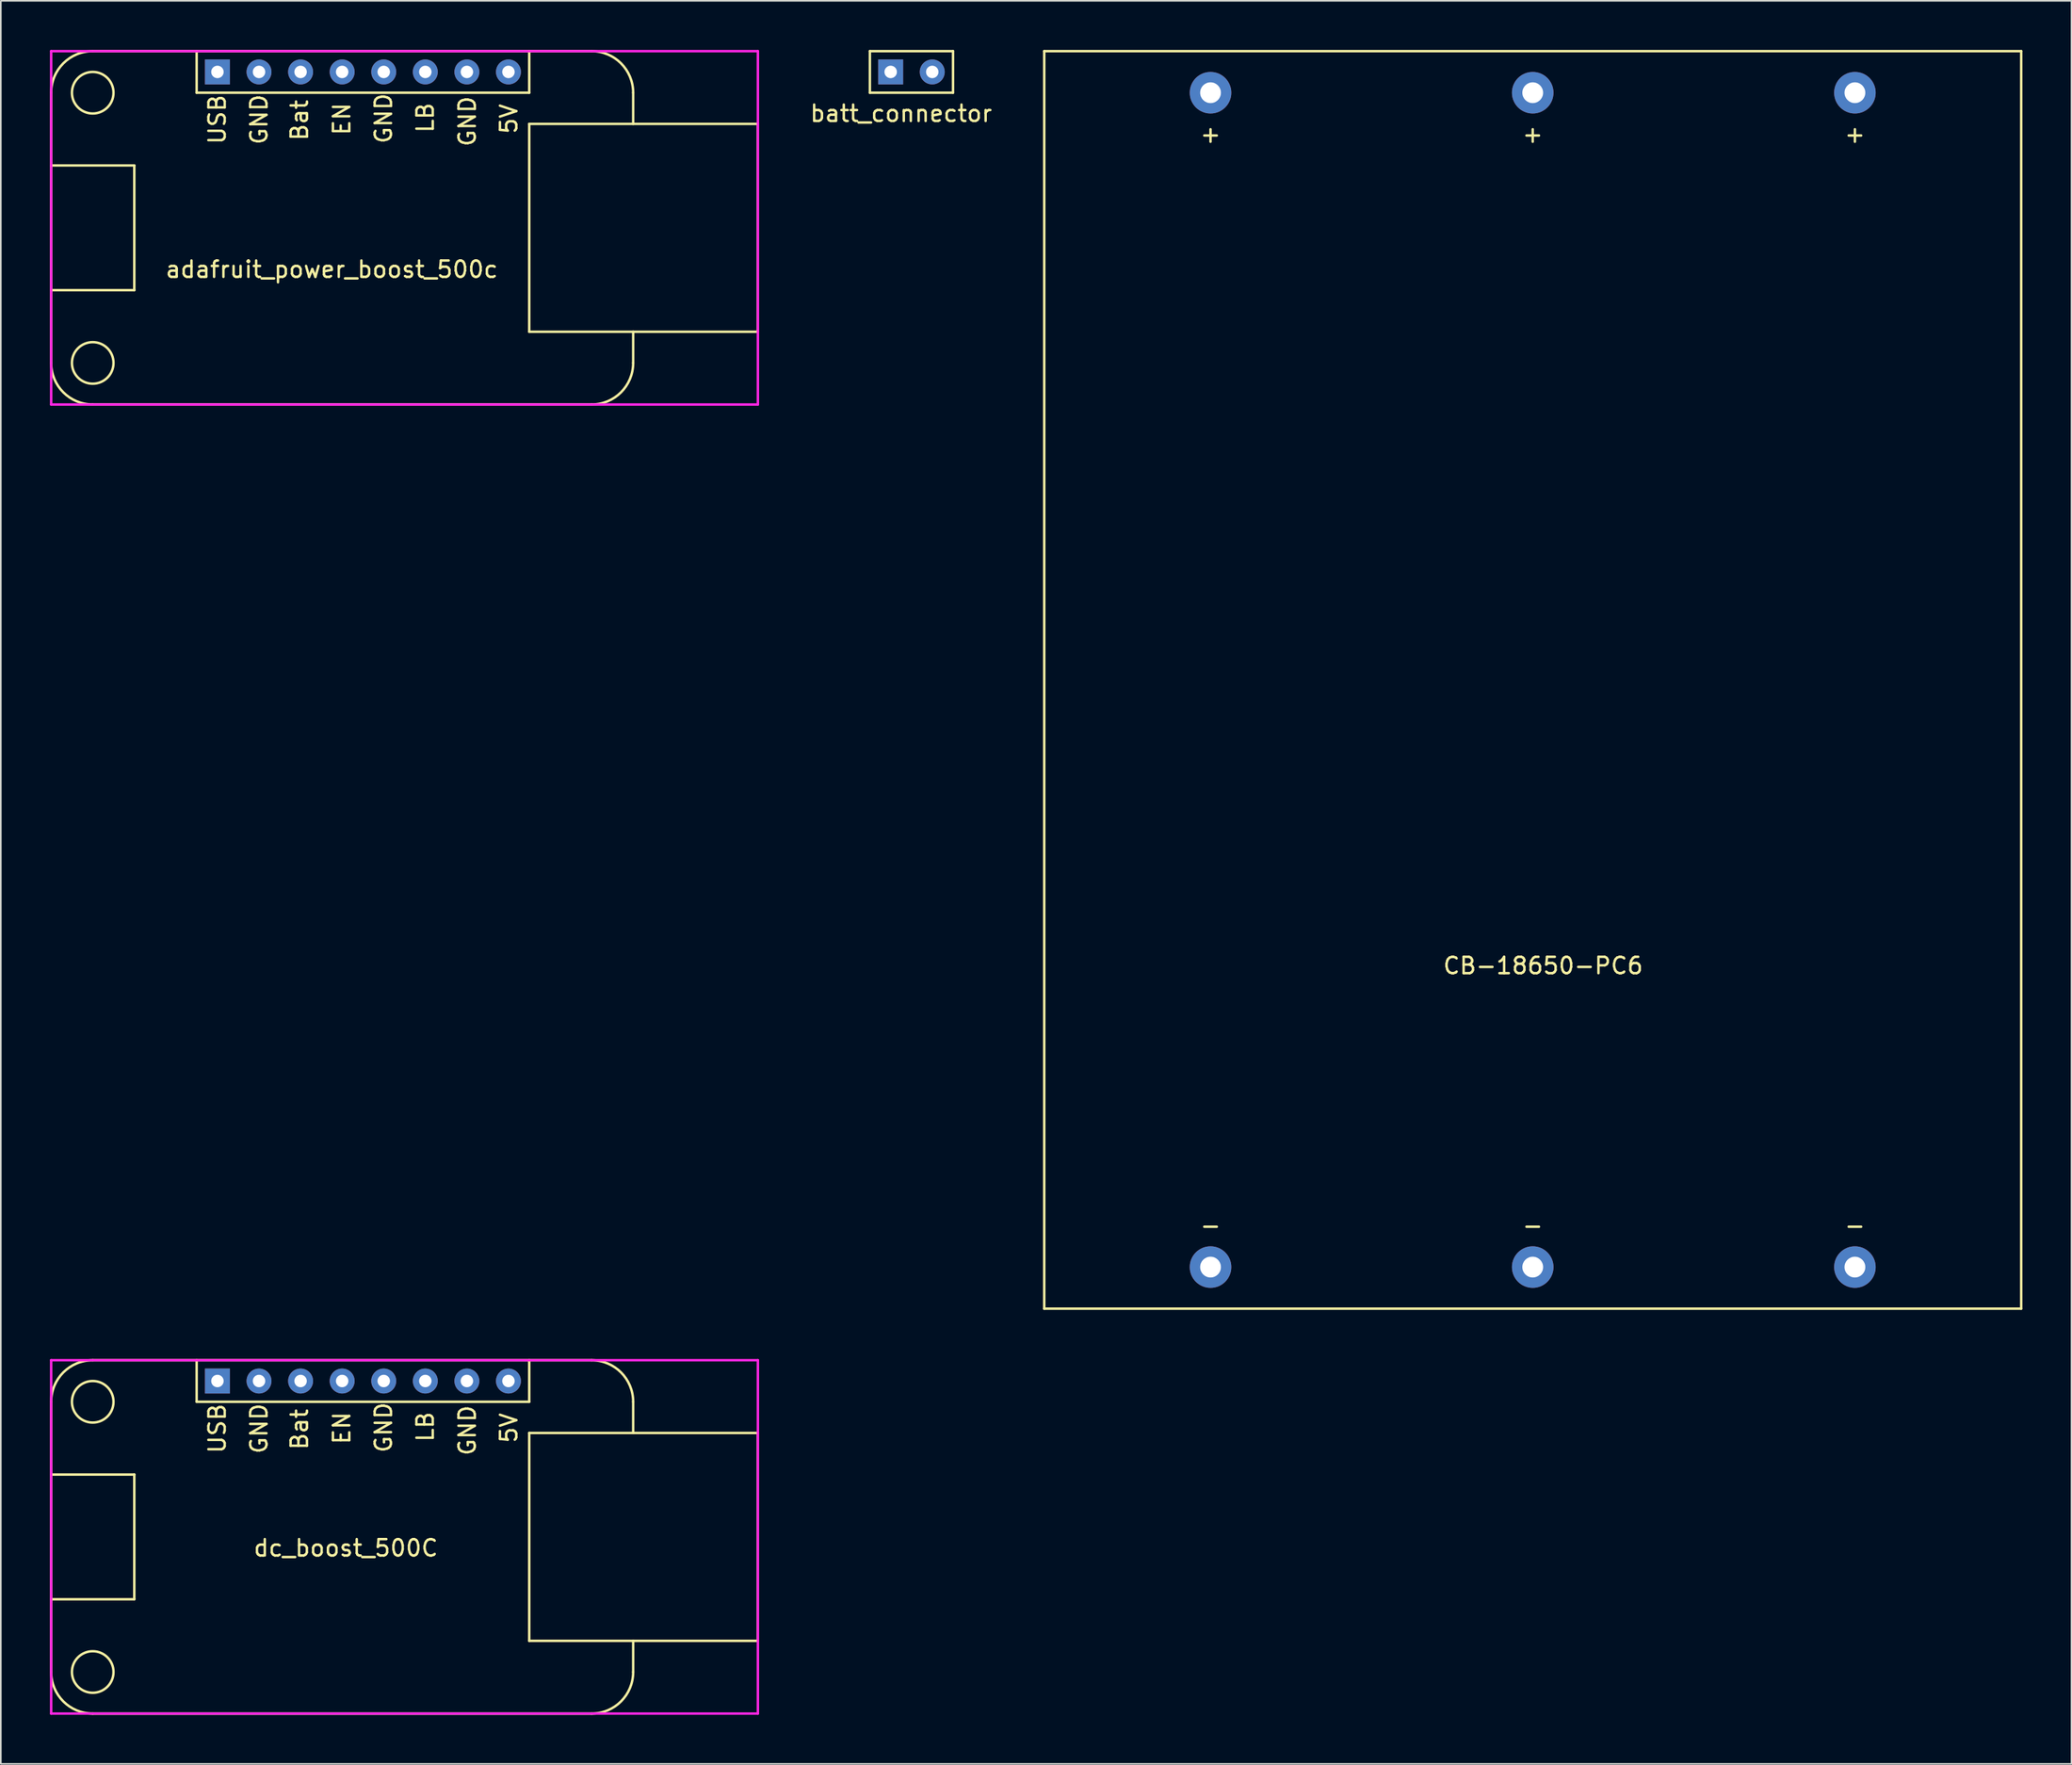
<source format=kicad_pcb>
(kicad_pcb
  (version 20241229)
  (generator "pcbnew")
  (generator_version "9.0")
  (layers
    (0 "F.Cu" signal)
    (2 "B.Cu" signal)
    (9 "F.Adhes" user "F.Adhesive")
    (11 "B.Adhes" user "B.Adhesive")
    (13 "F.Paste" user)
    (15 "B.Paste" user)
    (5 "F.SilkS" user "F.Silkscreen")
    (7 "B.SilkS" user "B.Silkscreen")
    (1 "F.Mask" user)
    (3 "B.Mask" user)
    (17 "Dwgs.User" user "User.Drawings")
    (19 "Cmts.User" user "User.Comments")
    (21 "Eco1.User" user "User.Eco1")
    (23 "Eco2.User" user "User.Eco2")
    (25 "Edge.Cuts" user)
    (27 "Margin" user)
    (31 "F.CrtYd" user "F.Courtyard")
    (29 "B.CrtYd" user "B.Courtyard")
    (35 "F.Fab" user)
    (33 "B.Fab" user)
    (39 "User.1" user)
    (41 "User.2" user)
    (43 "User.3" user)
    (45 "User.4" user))
  (footprint "dc_boost_500C"
    (layer "F.Cu")
    (at 10.235 81.33)
    (property "Reference" "dc_boost_500C" (at 7.844 10.206 0) (layer "F.SilkS") (effects (font (size 1 1) (thickness 0.15))))
    (attr through_hole)
    (fp_line (start -10.16 1.27) (end -10.16 17.78) (stroke (width 0.15) (type solid)) (layer "F.SilkS"))
    (fp_line (start -5.08 5.715) (end -10.16 5.715) (stroke (width 0.15) (type solid)) (layer "F.SilkS"))
    (fp_line (start -5.08 5.715) (end -5.08 13.335) (stroke (width 0.15) (type solid)) (layer "F.SilkS"))
    (fp_line (start -5.08 13.335) (end -10.16 13.335) (stroke (width 0.15) (type solid)) (layer "F.SilkS"))
    (fp_line (start -1.27 -1.27) (end -1.27 1.27) (stroke (width 0.15) (type solid)) (layer "F.SilkS"))
    (fp_line (start -1.27 1.27) (end 19.05 1.27) (stroke (width 0.15) (type solid)) (layer "F.SilkS"))
    (fp_line (start 19.05 1.27) (end 19.05 -1.27) (stroke (width 0.15) (type solid)) (layer "F.SilkS"))
    (fp_line (start 19.05 3.175) (end 33.02 3.175) (stroke (width 0.15) (type solid)) (layer "F.SilkS"))
    (fp_line (start 19.05 15.875) (end 19.05 3.175) (stroke (width 0.15) (type solid)) (layer "F.SilkS"))
    (fp_line (start 22.86 -1.27) (end -7.62 -1.27) (stroke (width 0.15) (type solid)) (layer "F.SilkS"))
    (fp_line (start 22.86 20.32) (end -7.62 20.32) (stroke (width 0.15) (type solid)) (layer "F.SilkS"))
    (fp_line (start 25.4 1.27) (end 25.4 3.175) (stroke (width 0.15) (type solid)) (layer "F.SilkS"))
    (fp_line (start 25.4 15.875) (end 25.4 17.78) (stroke (width 0.15) (type solid)) (layer "F.SilkS"))
    (fp_line (start 33.02 3.175) (end 33.02 15.875) (stroke (width 0.15) (type solid)) (layer "F.SilkS"))
    (fp_line (start 33.02 15.875) (end 19.05 15.875) (stroke (width 0.15) (type solid)) (layer "F.SilkS"))
    (fp_arc (start -10.16 1.27) (mid -9.416051 -0.526051) (end -7.62 -1.27) (stroke (width 0.15) (type solid)) (layer "F.SilkS"))
    (fp_arc (start -7.62 20.32) (mid -9.416051 19.576051) (end -10.16 17.78) (stroke (width 0.15) (type solid)) (layer "F.SilkS"))
    (fp_arc (start 22.86 -1.27) (mid 24.656051 -0.526051) (end 25.4 1.27) (stroke (width 0.15) (type solid)) (layer "F.SilkS"))
    (fp_arc (start 25.4 17.78) (mid 24.656051 19.576051) (end 22.86 20.32) (stroke (width 0.15) (type solid)) (layer "F.SilkS"))
    (fp_circle (center -7.62 1.27) (end -6.35 1.27) (stroke (width 0.15) (type solid)) (fill no) (layer "F.SilkS"))
    (fp_circle (center -7.62 17.78) (end -6.35 17.78) (stroke (width 0.15) (type solid)) (fill no) (layer "F.SilkS"))
    (fp_line (start -10.16 -1.27) (end 33.02 -1.27) (stroke (width 0.15) (type solid)) (layer "F.CrtYd"))
    (fp_line (start -10.16 20.32) (end -10.16 -1.27) (stroke (width 0.15) (type solid)) (layer "F.CrtYd"))
    (fp_line (start 33.02 -1.27) (end 33.02 20.32) (stroke (width 0.15) (type solid)) (layer "F.CrtYd"))
    (fp_line (start 33.02 20.32) (end -10.16 20.32) (stroke (width 0.15) (type solid)) (layer "F.CrtYd"))
    (fp_text user "GND" (at 2.54 2.906 90) (layer "F.SilkS") (effects (font (size 1 1) (thickness 0.15))))
    (fp_text user "GND" (at 15.27 3.018 90) (layer "F.SilkS") (effects (font (size 1 1) (thickness 0.15))))
    (fp_text user "GND" (at 10.15 2.84 90) (layer "F.SilkS") (effects (font (size 1 1) (thickness 0.15))))
    (fp_text user "5V" (at 17.805 2.87 90) (layer "F.SilkS") (effects (font (size 1 1) (thickness 0.15))))
    (fp_text user "Bat" (at 5.014 2.951 90) (layer "F.SilkS") (effects (font (size 1 1) (thickness 0.15))))
    (fp_text user "USB" (at -0.01 2.906 90) (layer "F.SilkS") (effects (font (size 1 1) (thickness 0.15))))
    (fp_text user "EN" (at 7.6 2.875 90) (layer "F.SilkS") (effects (font (size 1 1) (thickness 0.15))))
    (fp_text user "LB" (at 12.7 2.799 90) (layer "F.SilkS") (effects (font (size 1 1) (thickness 0.15))))
    (pad "1" thru_hole rect (at 0 0) (size 1.524 1.524) (drill 0.762) (layers "*.Cu" "*.Mask"))
    (pad "2" thru_hole circle (at 2.54 0) (size 1.524 1.524) (drill 0.762) (layers "*.Cu" "*.Mask"))
    (pad "3" thru_hole circle (at 5.08 0) (size 1.524 1.524) (drill 0.762) (layers "*.Cu" "*.Mask"))
    (pad "4" thru_hole circle (at 7.62 0) (size 1.524 1.524) (drill 0.762) (layers "*.Cu" "*.Mask"))
    (pad "5" thru_hole circle (at 10.16 0) (size 1.524 1.524) (drill 0.762) (layers "*.Cu" "*.Mask"))
    (pad "6" thru_hole circle (at 12.7 0) (size 1.524 1.524) (drill 0.762) (layers "*.Cu" "*.Mask"))
    (pad "7" thru_hole circle (at 15.24 0) (size 1.524 1.524) (drill 0.762) (layers "*.Cu" "*.Mask"))
    (pad "8" thru_hole circle (at 17.78 0) (size 1.524 1.524) (drill 0.762) (layers "*.Cu" "*.Mask")))
  (footprint "CB-18650-PC6"
    (layer "F.Cu")
    (at 70.91 2.615)
    (property "Reference" "CB-18650-PC6" (at 20.32 53.34 0) (layer "F.SilkS") (effects (font (size 1 1) (thickness 0.15))))
    (attr through_hole)
    (fp_line (start -10.16 -2.54) (end 49.53 -2.54) (stroke (width 0.15) (type solid)) (layer "F.SilkS"))
    (fp_line (start -10.16 74.295) (end -10.16 -2.54) (stroke (width 0.15) (type solid)) (layer "F.SilkS"))
    (fp_line (start 49.53 -2.54) (end 49.53 74.295) (stroke (width 0.15) (type solid)) (layer "F.SilkS"))
    (fp_line (start 49.53 74.295) (end -10.16 74.295) (stroke (width 0.15) (type solid)) (layer "F.SilkS"))
    (fp_text user "-" (at 19.685 69.215 0) (layer "F.SilkS") (effects (font (size 1 1) (thickness 0.15))))
    (fp_text user "+" (at 0 2.54 0) (layer "F.SilkS") (effects (font (size 1 1) (thickness 0.15))))
    (fp_text user "+" (at 19.685 2.54 0) (layer "F.SilkS") (effects (font (size 1 1) (thickness 0.15))))
    (fp_text user "+" (at 39.37 2.54 0) (layer "F.SilkS") (effects (font (size 1 1) (thickness 0.15))))
    (fp_text user "-" (at 39.37 69.215 0) (layer "F.SilkS") (effects (font (size 1 1) (thickness 0.15))))
    (fp_text user "-" (at 0 69.215 0) (layer "F.SilkS") (effects (font (size 1 1) (thickness 0.15))))
    (pad "1" thru_hole circle (at 0 0) (size 2.54 2.54) (drill 1.27) (layers "*.Cu" "*.Mask"))
    (pad "2" thru_hole circle (at 19.685 0) (size 2.54 2.54) (drill 1.27) (layers "*.Cu" "*.Mask"))
    (pad "3" thru_hole circle (at 39.37 0) (size 2.54 2.54) (drill 1.27) (layers "*.Cu" "*.Mask"))
    (pad "4" thru_hole circle (at 0 71.755) (size 2.54 2.54) (drill 1.27) (layers "*.Cu" "*.Mask"))
    (pad "5" thru_hole circle (at 19.685 71.755) (size 2.54 2.54) (drill 1.27) (layers "*.Cu" "*.Mask"))
    (pad "6" thru_hole circle (at 39.37 71.755) (size 2.54 2.54) (drill 1.27) (layers "*.Cu" "*.Mask")))
  (footprint "adafruit_power_boost_500c"
    (layer "F.Cu")
    (at 10.235 1.345)
    (property "Reference" "adafruit_power_boost_500c" (at 6.985 12.065 0) (layer "F.SilkS") (effects (font (size 1 1) (thickness 0.15))))
    (attr through_hole)
    (fp_line (start -10.16 1.27) (end -10.16 17.78) (stroke (width 0.15) (type solid)) (layer "F.SilkS"))
    (fp_line (start -5.08 5.715) (end -10.16 5.715) (stroke (width 0.15) (type solid)) (layer "F.SilkS"))
    (fp_line (start -5.08 5.715) (end -5.08 13.335) (stroke (width 0.15) (type solid)) (layer "F.SilkS"))
    (fp_line (start -5.08 13.335) (end -10.16 13.335) (stroke (width 0.15) (type solid)) (layer "F.SilkS"))
    (fp_line (start -1.27 -1.27) (end -1.27 1.27) (stroke (width 0.15) (type solid)) (layer "F.SilkS"))
    (fp_line (start -1.27 1.27) (end 19.05 1.27) (stroke (width 0.15) (type solid)) (layer "F.SilkS"))
    (fp_line (start 19.05 1.27) (end 19.05 -1.27) (stroke (width 0.15) (type solid)) (layer "F.SilkS"))
    (fp_line (start 19.05 3.175) (end 33.02 3.175) (stroke (width 0.15) (type solid)) (layer "F.SilkS"))
    (fp_line (start 19.05 15.875) (end 19.05 3.175) (stroke (width 0.15) (type solid)) (layer "F.SilkS"))
    (fp_line (start 22.86 -1.27) (end -7.62 -1.27) (stroke (width 0.15) (type solid)) (layer "F.SilkS"))
    (fp_line (start 22.86 20.32) (end -7.62 20.32) (stroke (width 0.15) (type solid)) (layer "F.SilkS"))
    (fp_line (start 25.4 1.27) (end 25.4 3.175) (stroke (width 0.15) (type solid)) (layer "F.SilkS"))
    (fp_line (start 25.4 15.875) (end 25.4 17.78) (stroke (width 0.15) (type solid)) (layer "F.SilkS"))
    (fp_line (start 33.02 3.175) (end 33.02 15.875) (stroke (width 0.15) (type solid)) (layer "F.SilkS"))
    (fp_line (start 33.02 15.875) (end 19.05 15.875) (stroke (width 0.15) (type solid)) (layer "F.SilkS"))
    (fp_arc (start -10.16 1.27) (mid -9.416051 -0.526051) (end -7.62 -1.27) (stroke (width 0.15) (type solid)) (layer "F.SilkS"))
    (fp_arc (start -7.62 20.32) (mid -9.416051 19.576051) (end -10.16 17.78) (stroke (width 0.15) (type solid)) (layer "F.SilkS"))
    (fp_arc (start 22.86 -1.27) (mid 24.656051 -0.526051) (end 25.4 1.27) (stroke (width 0.15) (type solid)) (layer "F.SilkS"))
    (fp_arc (start 25.4 17.78) (mid 24.656051 19.576051) (end 22.86 20.32) (stroke (width 0.15) (type solid)) (layer "F.SilkS"))
    (fp_circle (center -7.62 1.27) (end -6.35 1.27) (stroke (width 0.15) (type solid)) (fill no) (layer "F.SilkS"))
    (fp_circle (center -7.62 17.78) (end -6.35 17.78) (stroke (width 0.15) (type solid)) (fill no) (layer "F.SilkS"))
    (fp_line (start -10.16 -1.27) (end 33.02 -1.27) (stroke (width 0.15) (type solid)) (layer "F.CrtYd"))
    (fp_line (start -10.16 20.32) (end -10.16 -1.27) (stroke (width 0.15) (type solid)) (layer "F.CrtYd"))
    (fp_line (start 33.02 -1.27) (end 33.02 20.32) (stroke (width 0.15) (type solid)) (layer "F.CrtYd"))
    (fp_line (start 33.02 20.32) (end -10.16 20.32) (stroke (width 0.15) (type solid)) (layer "F.CrtYd"))
    (fp_text user "EN" (at 7.6 2.875 90) (layer "F.SilkS") (effects (font (size 1 1) (thickness 0.15))))
    (fp_text user "GND" (at 15.27 3.018 90) (layer "F.SilkS") (effects (font (size 1 1) (thickness 0.15))))
    (fp_text user "GND" (at 10.15 2.84 90) (layer "F.SilkS") (effects (font (size 1 1) (thickness 0.15))))
    (fp_text user "USB" (at -0.01 2.906 90) (layer "F.SilkS") (effects (font (size 1 1) (thickness 0.15))))
    (fp_text user "Bat" (at 5.014 2.951 90) (layer "F.SilkS") (effects (font (size 1 1) (thickness 0.15))))
    (fp_text user "5V" (at 17.805 2.87 90) (layer "F.SilkS") (effects (font (size 1 1) (thickness 0.15))))
    (fp_text user "GND" (at 2.54 2.906 90) (layer "F.SilkS") (effects (font (size 1 1) (thickness 0.15))))
    (fp_text user "LB" (at 12.7 2.799 90) (layer "F.SilkS") (effects (font (size 1 1) (thickness 0.15))))
    (pad "1" thru_hole rect (at 0 0) (size 1.524 1.524) (drill 0.762) (layers "*.Cu" "*.Mask"))
    (pad "2" thru_hole circle (at 2.54 0) (size 1.524 1.524) (drill 0.762) (layers "*.Cu" "*.Mask"))
    (pad "3" thru_hole circle (at 5.08 0) (size 1.524 1.524) (drill 0.762) (layers "*.Cu" "*.Mask"))
    (pad "4" thru_hole circle (at 7.62 0) (size 1.524 1.524) (drill 0.762) (layers "*.Cu" "*.Mask"))
    (pad "5" thru_hole circle (at 10.16 0) (size 1.524 1.524) (drill 0.762) (layers "*.Cu" "*.Mask"))
    (pad "6" thru_hole circle (at 12.7 0) (size 1.524 1.524) (drill 0.762) (layers "*.Cu" "*.Mask"))
    (pad "7" thru_hole circle (at 15.24 0) (size 1.524 1.524) (drill 0.762) (layers "*.Cu" "*.Mask"))
    (pad "8" thru_hole circle (at 17.78 0) (size 1.524 1.524) (drill 0.762) (layers "*.Cu" "*.Mask")))
  (footprint "batt_connector"
    (layer "F.Cu")
    (at 51.368 1.345)
    (property "Reference" "batt_connector" (at 0.635 2.54 0) (layer "F.SilkS") (effects (font (size 1 1) (thickness 0.15))))
    (attr through_hole)
    (fp_line (start -1.27 -1.27) (end 3.81 -1.27) (stroke (width 0.15) (type solid)) (layer "F.SilkS"))
    (fp_line (start -1.27 1.27) (end -1.27 -1.27) (stroke (width 0.15) (type solid)) (layer "F.SilkS"))
    (fp_line (start 3.81 -1.27) (end 3.81 1.27) (stroke (width 0.15) (type solid)) (layer "F.SilkS"))
    (fp_line (start 3.81 1.27) (end -1.27 1.27) (stroke (width 0.15) (type solid)) (layer "F.SilkS"))
    (pad "1" thru_hole rect (at 0 0) (size 1.524 1.524) (drill 0.762) (layers "*.Cu" "*.Mask"))
    (pad "2" thru_hole circle (at 2.54 0) (size 1.524 1.524) (drill 0.762) (layers "*.Cu" "*.Mask")))
  (gr_rect
    (start -3 -3)
    (end 123.515 104.725)
    (stroke (width 0.1) (type default))
    (fill no)
    (layer "Edge.Cuts")))
</source>
